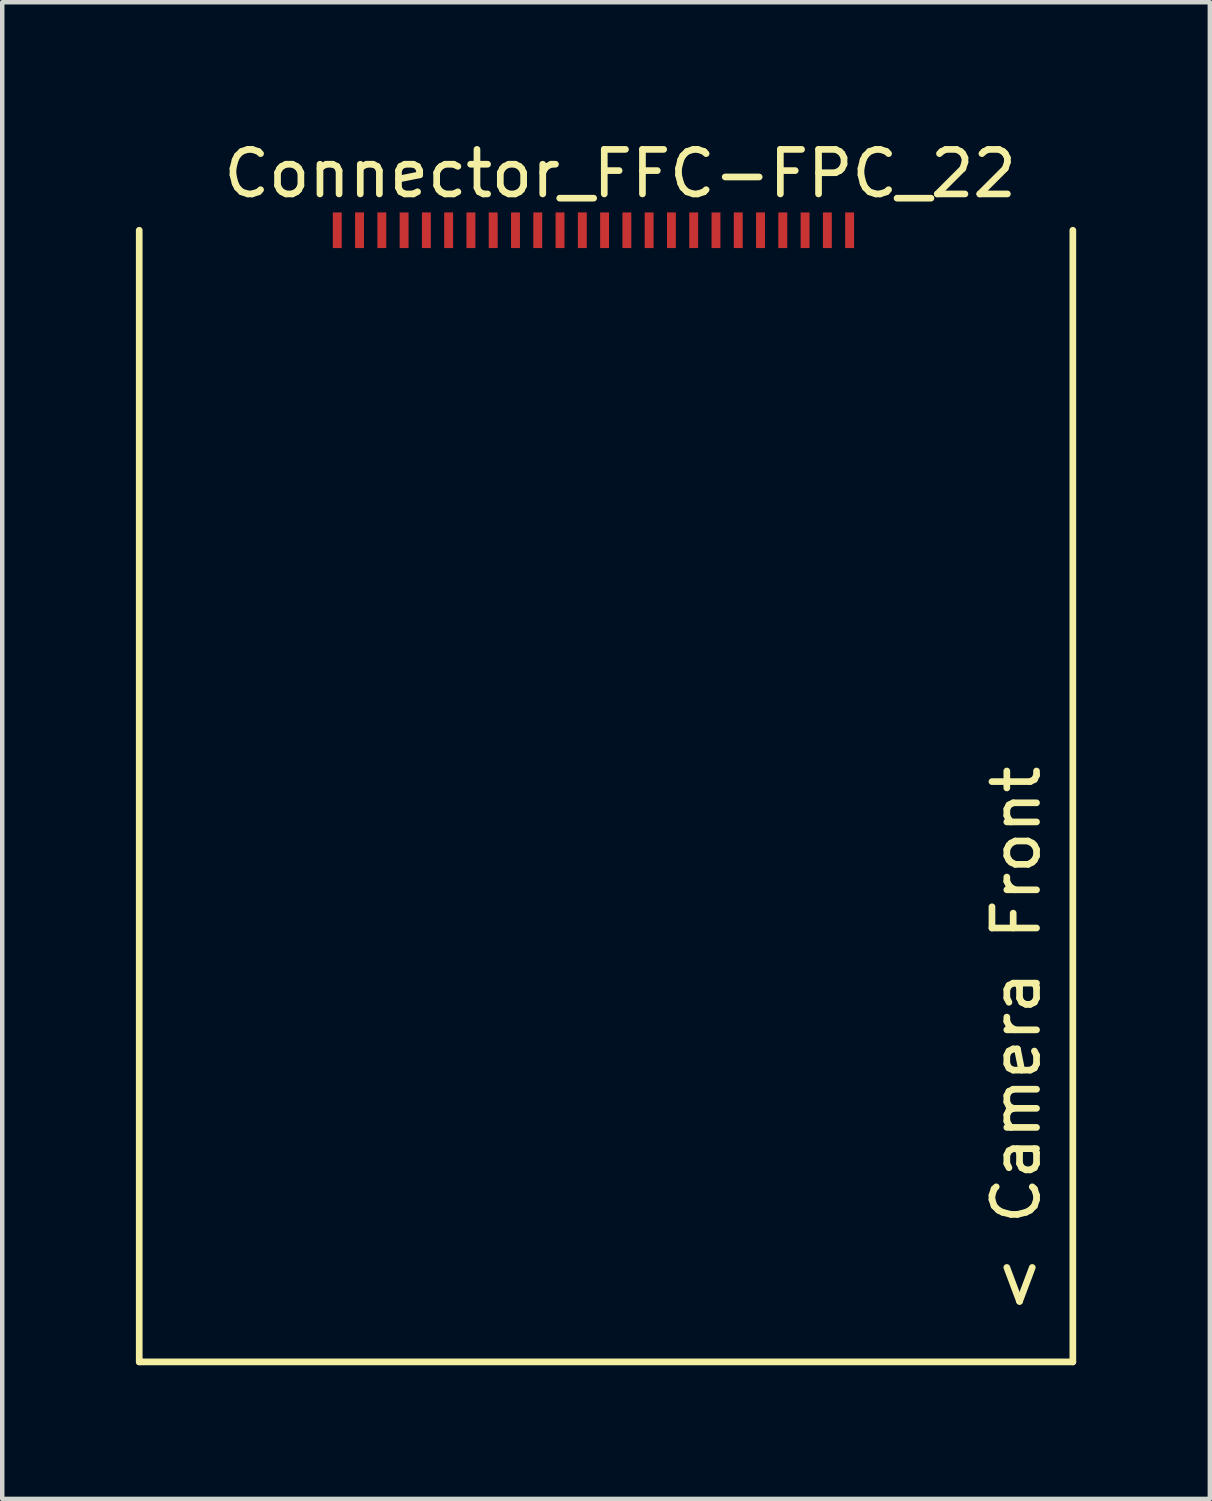
<source format=kicad_pcb>
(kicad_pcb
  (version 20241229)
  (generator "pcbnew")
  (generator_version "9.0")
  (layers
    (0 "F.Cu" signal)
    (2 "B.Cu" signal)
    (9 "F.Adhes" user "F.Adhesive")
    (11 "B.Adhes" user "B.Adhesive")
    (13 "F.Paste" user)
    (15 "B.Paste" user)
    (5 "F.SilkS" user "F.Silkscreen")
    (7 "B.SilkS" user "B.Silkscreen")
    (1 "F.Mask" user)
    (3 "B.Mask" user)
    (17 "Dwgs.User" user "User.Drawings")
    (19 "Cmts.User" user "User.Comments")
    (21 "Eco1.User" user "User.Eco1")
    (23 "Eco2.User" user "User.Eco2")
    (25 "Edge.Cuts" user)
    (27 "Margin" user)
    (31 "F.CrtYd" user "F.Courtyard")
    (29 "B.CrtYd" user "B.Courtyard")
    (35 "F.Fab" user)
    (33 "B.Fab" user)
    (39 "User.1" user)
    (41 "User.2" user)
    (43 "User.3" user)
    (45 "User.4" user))
  (footprint "Connector_FFC-FPC_22"
    (layer "F.Cu")
    (at 4.52 2.118)
    (property "Reference" "Connector_FFC-FPC_22" (at 6.35 -1.27 0) (layer "F.SilkS") (effects (font (size 1 1) (thickness 0.15))))
    (attr through_hole)
    (fp_line (start -4.445 0) (end -4.445 25.4) (stroke (width 0.15) (type solid)) (layer "F.SilkS"))
    (fp_line (start -4.445 25.4) (end 16.51 25.4) (stroke (width 0.15) (type solid)) (layer "F.SilkS"))
    (fp_line (start 16.51 0) (end 16.51 25.4) (stroke (width 0.15) (type solid)) (layer "F.SilkS"))
    (fp_text user "< Camera Front " (at 15.24 17.78 90) (layer "F.SilkS") (effects (font (size 1 1) (thickness 0.15))))
    (pad "1" smd rect (at 0 0) (size 0.2 0.8) (layers "F.Cu" "F.Mask" "F.Paste"))
    (pad "2" smd rect (at 0.5 0) (size 0.2 0.8) (layers "F.Cu" "F.Mask" "F.Paste"))
    (pad "3" smd rect (at 1 0) (size 0.2 0.8) (layers "F.Cu" "F.Mask" "F.Paste"))
    (pad "4" smd rect (at 1.5 0) (size 0.2 0.8) (layers "F.Cu" "F.Mask" "F.Paste"))
    (pad "5" smd rect (at 2 0) (size 0.2 0.8) (layers "F.Cu" "F.Mask" "F.Paste"))
    (pad "6" smd rect (at 2.5 0) (size 0.2 0.8) (layers "F.Cu" "F.Mask" "F.Paste"))
    (pad "7" smd rect (at 3 0) (size 0.2 0.8) (layers "F.Cu" "F.Mask" "F.Paste"))
    (pad "8" smd rect (at 3.5 0) (size 0.2 0.8) (layers "F.Cu" "F.Mask" "F.Paste"))
    (pad "9" smd rect (at 4 0) (size 0.2 0.8) (layers "F.Cu" "F.Mask" "F.Paste"))
    (pad "10" smd rect (at 4.5 0) (size 0.2 0.8) (layers "F.Cu" "F.Mask" "F.Paste"))
    (pad "11" smd rect (at 5 0) (size 0.2 0.8) (layers "F.Cu" "F.Mask" "F.Paste"))
    (pad "12" smd rect (at 5.5 0) (size 0.2 0.8) (layers "F.Cu" "F.Mask" "F.Paste"))
    (pad "13" smd rect (at 6 0) (size 0.2 0.8) (layers "F.Cu" "F.Mask" "F.Paste"))
    (pad "14" smd rect (at 6.5 0) (size 0.2 0.8) (layers "F.Cu" "F.Mask" "F.Paste"))
    (pad "15" smd rect (at 7 0) (size 0.2 0.8) (layers "F.Cu" "F.Mask" "F.Paste"))
    (pad "16" smd rect (at 7.5 0) (size 0.2 0.8) (layers "F.Cu" "F.Mask" "F.Paste"))
    (pad "17" smd rect (at 8 0) (size 0.2 0.8) (layers "F.Cu" "F.Mask" "F.Paste"))
    (pad "18" smd rect (at 8.5 0) (size 0.2 0.8) (layers "F.Cu" "F.Mask" "F.Paste"))
    (pad "19" smd rect (at 9 0) (size 0.2 0.8) (layers "F.Cu" "F.Mask" "F.Paste"))
    (pad "20" smd rect (at 9.5 0) (size 0.2 0.8) (layers "F.Cu" "F.Mask" "F.Paste"))
    (pad "21" smd rect (at 10 0) (size 0.2 0.8) (layers "F.Cu" "F.Mask" "F.Paste"))
    (pad "22" smd rect (at 10.5 0) (size 0.2 0.8) (layers "F.Cu" "F.Mask" "F.Paste"))
    (pad "23" smd rect (at 11 0) (size 0.2 0.8) (layers "F.Cu" "F.Mask" "F.Paste"))
    (pad "24" smd rect (at 11.5 0) (size 0.2 0.8) (layers "F.Cu" "F.Mask" "F.Paste")))
  (gr_rect
    (start -3 -3)
    (end 24.105 30.593)
    (stroke (width 0.1) (type default))
    (fill no)
    (layer "Edge.Cuts")))
</source>
